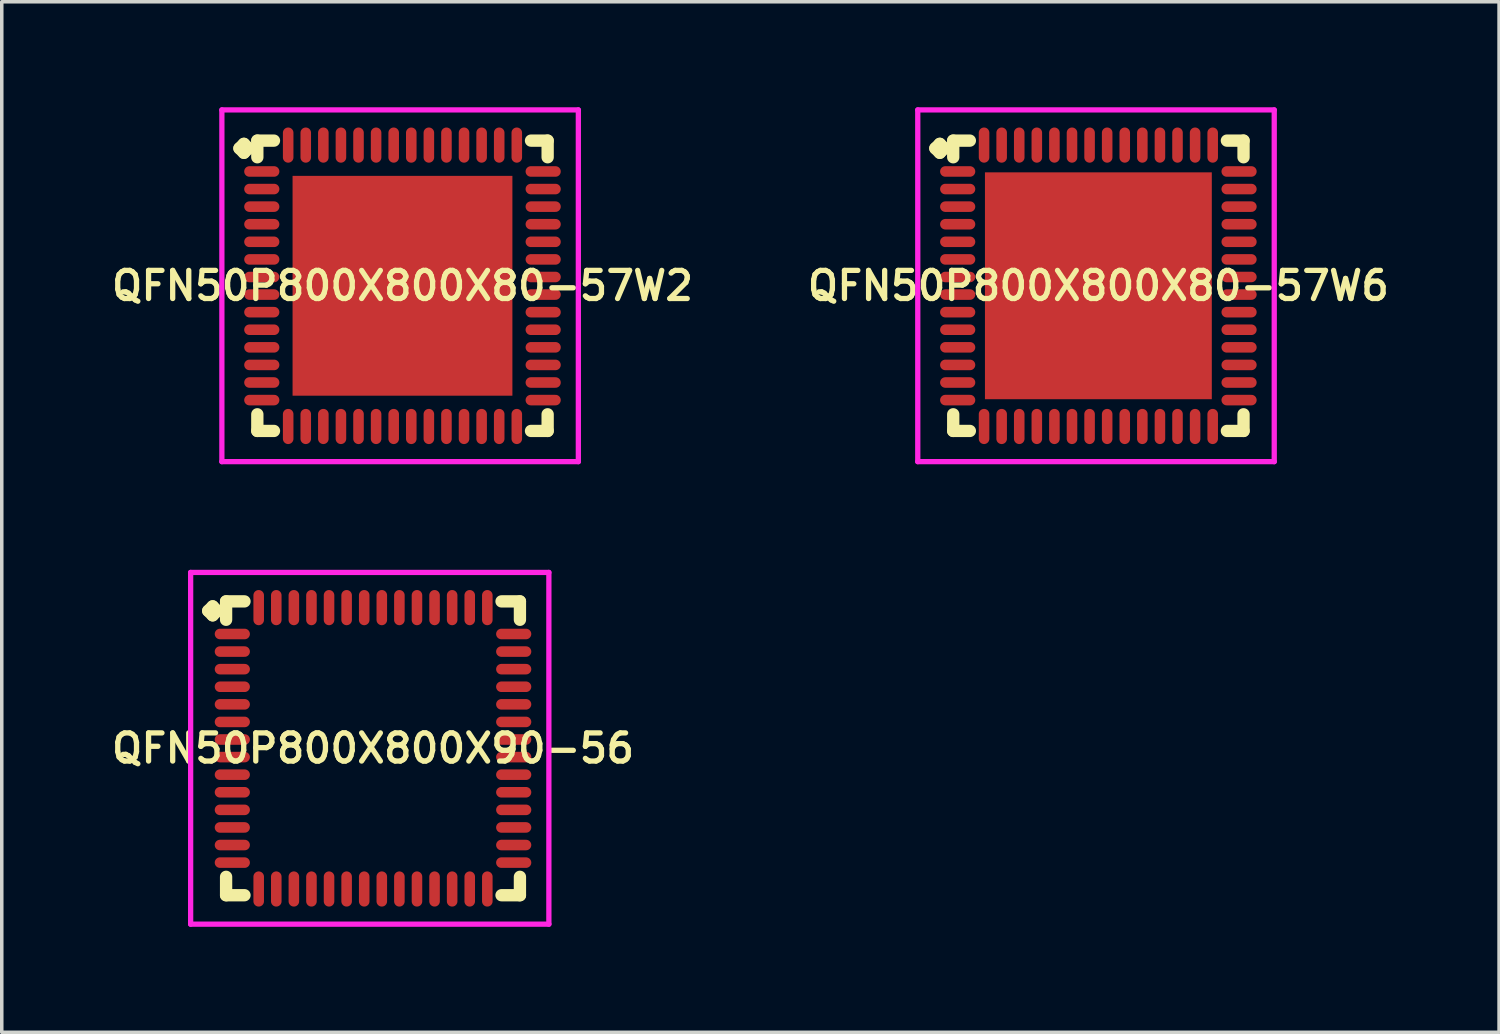
<source format=kicad_pcb>
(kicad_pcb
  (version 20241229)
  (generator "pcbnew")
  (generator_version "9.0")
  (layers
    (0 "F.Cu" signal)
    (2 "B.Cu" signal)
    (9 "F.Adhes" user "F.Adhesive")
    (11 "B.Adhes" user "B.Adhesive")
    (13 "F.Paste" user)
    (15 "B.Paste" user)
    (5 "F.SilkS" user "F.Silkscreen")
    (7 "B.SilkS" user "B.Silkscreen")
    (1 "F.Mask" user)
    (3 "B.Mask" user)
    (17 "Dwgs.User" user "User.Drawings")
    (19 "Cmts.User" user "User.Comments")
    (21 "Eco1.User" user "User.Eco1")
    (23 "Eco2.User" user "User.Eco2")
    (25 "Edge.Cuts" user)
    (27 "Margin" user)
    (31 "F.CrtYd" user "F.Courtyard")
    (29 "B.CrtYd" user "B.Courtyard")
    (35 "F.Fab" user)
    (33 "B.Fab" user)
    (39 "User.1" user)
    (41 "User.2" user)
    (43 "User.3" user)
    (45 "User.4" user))
  (footprint "QFN50P800X800X80-57W2"
    (layer "F.Cu")
    (at 8.393 5.075)
    (property "Reference" "QFN50P800X800X80-57W2" (at 0 0 0) (layer "F.SilkS") (effects (font (size 0.8 0.8) (thickness 0.15))))
    (attr smd)
    (fp_line (start -4.635 -3.908) (end -4.508 -4.035) (stroke (width 0.35) (type solid)) (layer "F.SilkS"))
    (fp_line (start -4.508 -4.035) (end -4.381 -3.908) (stroke (width 0.35) (type solid)) (layer "F.SilkS"))
    (fp_line (start -4.508 -3.781) (end -4.635 -3.908) (stroke (width 0.35) (type solid)) (layer "F.SilkS"))
    (fp_line (start -4.381 -3.908) (end -4.508 -3.781) (stroke (width 0.35) (type solid)) (layer "F.SilkS"))
    (fp_line (start -4.127 -4.127) (end -3.654 -4.127) (stroke (width 0.35) (type solid)) (layer "F.SilkS"))
    (fp_line (start -4.127 -3.654) (end -4.127 -4.127) (stroke (width 0.35) (type solid)) (layer "F.SilkS"))
    (fp_line (start -4.127 3.654) (end -4.127 4.127) (stroke (width 0.35) (type solid)) (layer "F.SilkS"))
    (fp_line (start -4.127 4.127) (end -3.654 4.127) (stroke (width 0.35) (type solid)) (layer "F.SilkS"))
    (fp_line (start 3.654 -4.127) (end 4.127 -4.127) (stroke (width 0.35) (type solid)) (layer "F.SilkS"))
    (fp_line (start 3.654 4.127) (end 4.127 4.127) (stroke (width 0.35) (type solid)) (layer "F.SilkS"))
    (fp_line (start 4.127 -4.127) (end 4.127 -3.654) (stroke (width 0.35) (type solid)) (layer "F.SilkS"))
    (fp_line (start 4.127 4.127) (end 4.127 3.654) (stroke (width 0.35) (type solid)) (layer "F.SilkS"))
    (fp_line (start -5.135 -5) (end 5 -5) (stroke (width 0.15) (type solid)) (layer "F.CrtYd"))
    (fp_line (start -5.135 5) (end -5.135 -5) (stroke (width 0.15) (type solid)) (layer "F.CrtYd"))
    (fp_line (start 5 -5) (end 5 5) (stroke (width 0.15) (type solid)) (layer "F.CrtYd"))
    (fp_line (start 5 5) (end -5.135 5) (stroke (width 0.15) (type solid)) (layer "F.CrtYd"))
    (pad "1" smd oval (at -4 -3.25) (size 1 0.3) (layers "F.Cu" "F.Mask" "F.Paste"))
    (pad "2" smd oval (at -4 -2.75) (size 1 0.3) (layers "F.Cu" "F.Mask" "F.Paste"))
    (pad "3" smd oval (at -4 -2.25) (size 1 0.3) (layers "F.Cu" "F.Mask" "F.Paste"))
    (pad "4" smd oval (at -4 -1.75) (size 1 0.3) (layers "F.Cu" "F.Mask" "F.Paste"))
    (pad "5" smd oval (at -4 -1.25) (size 1 0.3) (layers "F.Cu" "F.Mask" "F.Paste"))
    (pad "6" smd oval (at -4 -0.75) (size 1 0.3) (layers "F.Cu" "F.Mask" "F.Paste"))
    (pad "7" smd oval (at -4 -0.25) (size 1 0.3) (layers "F.Cu" "F.Mask" "F.Paste"))
    (pad "8" smd oval (at -4 0.25) (size 1 0.3) (layers "F.Cu" "F.Mask" "F.Paste"))
    (pad "9" smd oval (at -4 0.75) (size 1 0.3) (layers "F.Cu" "F.Mask" "F.Paste"))
    (pad "10" smd oval (at -4 1.25) (size 1 0.3) (layers "F.Cu" "F.Mask" "F.Paste"))
    (pad "11" smd oval (at -4 1.75) (size 1 0.3) (layers "F.Cu" "F.Mask" "F.Paste"))
    (pad "12" smd oval (at -4 2.25) (size 1 0.3) (layers "F.Cu" "F.Mask" "F.Paste"))
    (pad "13" smd oval (at -4 2.75) (size 1 0.3) (layers "F.Cu" "F.Mask" "F.Paste"))
    (pad "14" smd oval (at -4 3.25) (size 1 0.3) (layers "F.Cu" "F.Mask" "F.Paste"))
    (pad "15" smd oval (at -3.25 4) (size 0.3 1) (layers "F.Cu" "F.Mask" "F.Paste"))
    (pad "16" smd oval (at -2.75 4) (size 0.3 1) (layers "F.Cu" "F.Mask" "F.Paste"))
    (pad "17" smd oval (at -2.25 4) (size 0.3 1) (layers "F.Cu" "F.Mask" "F.Paste"))
    (pad "18" smd oval (at -1.75 4) (size 0.3 1) (layers "F.Cu" "F.Mask" "F.Paste"))
    (pad "19" smd oval (at -1.25 4) (size 0.3 1) (layers "F.Cu" "F.Mask" "F.Paste"))
    (pad "20" smd oval (at -0.75 4) (size 0.3 1) (layers "F.Cu" "F.Mask" "F.Paste"))
    (pad "21" smd oval (at -0.25 4) (size 0.3 1) (layers "F.Cu" "F.Mask" "F.Paste"))
    (pad "22" smd oval (at 0.25 4) (size 0.3 1) (layers "F.Cu" "F.Mask" "F.Paste"))
    (pad "23" smd oval (at 0.75 4) (size 0.3 1) (layers "F.Cu" "F.Mask" "F.Paste"))
    (pad "24" smd oval (at 1.25 4) (size 0.3 1) (layers "F.Cu" "F.Mask" "F.Paste"))
    (pad "25" smd oval (at 1.75 4) (size 0.3 1) (layers "F.Cu" "F.Mask" "F.Paste"))
    (pad "26" smd oval (at 2.25 4) (size 0.3 1) (layers "F.Cu" "F.Mask" "F.Paste"))
    (pad "27" smd oval (at 2.75 4) (size 0.3 1) (layers "F.Cu" "F.Mask" "F.Paste"))
    (pad "28" smd oval (at 3.25 4) (size 0.3 1) (layers "F.Cu" "F.Mask" "F.Paste"))
    (pad "29" smd oval (at 4 3.25) (size 1 0.3) (layers "F.Cu" "F.Mask" "F.Paste"))
    (pad "30" smd oval (at 4 2.75) (size 1 0.3) (layers "F.Cu" "F.Mask" "F.Paste"))
    (pad "31" smd oval (at 4 2.25) (size 1 0.3) (layers "F.Cu" "F.Mask" "F.Paste"))
    (pad "32" smd oval (at 4 1.75) (size 1 0.3) (layers "F.Cu" "F.Mask" "F.Paste"))
    (pad "33" smd oval (at 4 1.25) (size 1 0.3) (layers "F.Cu" "F.Mask" "F.Paste"))
    (pad "34" smd oval (at 4 0.75) (size 1 0.3) (layers "F.Cu" "F.Mask" "F.Paste"))
    (pad "35" smd oval (at 4 0.25) (size 1 0.3) (layers "F.Cu" "F.Mask" "F.Paste"))
    (pad "36" smd oval (at 4 -0.25) (size 1 0.3) (layers "F.Cu" "F.Mask" "F.Paste"))
    (pad "37" smd oval (at 4 -0.75) (size 1 0.3) (layers "F.Cu" "F.Mask" "F.Paste"))
    (pad "38" smd oval (at 4 -1.25) (size 1 0.3) (layers "F.Cu" "F.Mask" "F.Paste"))
    (pad "39" smd oval (at 4 -1.75) (size 1 0.3) (layers "F.Cu" "F.Mask" "F.Paste"))
    (pad "40" smd oval (at 4 -2.25) (size 1 0.3) (layers "F.Cu" "F.Mask" "F.Paste"))
    (pad "41" smd oval (at 4 -2.75) (size 1 0.3) (layers "F.Cu" "F.Mask" "F.Paste"))
    (pad "42" smd oval (at 4 -3.25) (size 1 0.3) (layers "F.Cu" "F.Mask" "F.Paste"))
    (pad "43" smd oval (at 3.25 -4) (size 0.3 1) (layers "F.Cu" "F.Mask" "F.Paste"))
    (pad "44" smd oval (at 2.75 -4) (size 0.3 1) (layers "F.Cu" "F.Mask" "F.Paste"))
    (pad "45" smd oval (at 2.25 -4) (size 0.3 1) (layers "F.Cu" "F.Mask" "F.Paste"))
    (pad "46" smd oval (at 1.75 -4) (size 0.3 1) (layers "F.Cu" "F.Mask" "F.Paste"))
    (pad "47" smd oval (at 1.25 -4) (size 0.3 1) (layers "F.Cu" "F.Mask" "F.Paste"))
    (pad "48" smd oval (at 0.75 -4) (size 0.3 1) (layers "F.Cu" "F.Mask" "F.Paste"))
    (pad "49" smd oval (at 0.25 -4) (size 0.3 1) (layers "F.Cu" "F.Mask" "F.Paste"))
    (pad "50" smd oval (at -0.25 -4) (size 0.3 1) (layers "F.Cu" "F.Mask" "F.Paste"))
    (pad "51" smd oval (at -0.75 -4) (size 0.3 1) (layers "F.Cu" "F.Mask" "F.Paste"))
    (pad "52" smd oval (at -1.25 -4) (size 0.3 1) (layers "F.Cu" "F.Mask" "F.Paste"))
    (pad "53" smd oval (at -1.75 -4) (size 0.3 1) (layers "F.Cu" "F.Mask" "F.Paste"))
    (pad "54" smd oval (at -2.25 -4) (size 0.3 1) (layers "F.Cu" "F.Mask" "F.Paste"))
    (pad "55" smd oval (at -2.75 -4) (size 0.3 1) (layers "F.Cu" "F.Mask" "F.Paste"))
    (pad "56" smd oval (at -3.25 -4) (size 0.3 1) (layers "F.Cu" "F.Mask" "F.Paste"))
    (pad "57" smd rect (at 0 0) (size 6.25 6.25) (layers "F.Cu" "F.Mask" "F.Paste")))
  (footprint "QFN50P800X800X80-57W6"
    (layer "F.Cu")
    (at 28.178 5.075)
    (property "Reference" "QFN50P800X800X80-57W6" (at 0 0 0) (layer "F.SilkS") (effects (font (size 0.8 0.8) (thickness 0.15))))
    (attr smd)
    (fp_line (start -4.635 -3.908) (end -4.508 -4.035) (stroke (width 0.35) (type solid)) (layer "F.SilkS"))
    (fp_line (start -4.508 -4.035) (end -4.381 -3.908) (stroke (width 0.35) (type solid)) (layer "F.SilkS"))
    (fp_line (start -4.508 -3.781) (end -4.635 -3.908) (stroke (width 0.35) (type solid)) (layer "F.SilkS"))
    (fp_line (start -4.381 -3.908) (end -4.508 -3.781) (stroke (width 0.35) (type solid)) (layer "F.SilkS"))
    (fp_line (start -4.127 -4.127) (end -3.654 -4.127) (stroke (width 0.35) (type solid)) (layer "F.SilkS"))
    (fp_line (start -4.127 -3.654) (end -4.127 -4.127) (stroke (width 0.35) (type solid)) (layer "F.SilkS"))
    (fp_line (start -4.127 3.654) (end -4.127 4.127) (stroke (width 0.35) (type solid)) (layer "F.SilkS"))
    (fp_line (start -4.127 4.127) (end -3.654 4.127) (stroke (width 0.35) (type solid)) (layer "F.SilkS"))
    (fp_line (start 3.654 -4.127) (end 4.127 -4.127) (stroke (width 0.35) (type solid)) (layer "F.SilkS"))
    (fp_line (start 3.654 4.127) (end 4.127 4.127) (stroke (width 0.35) (type solid)) (layer "F.SilkS"))
    (fp_line (start 4.127 -4.127) (end 4.127 -3.654) (stroke (width 0.35) (type solid)) (layer "F.SilkS"))
    (fp_line (start 4.127 4.127) (end 4.127 3.654) (stroke (width 0.35) (type solid)) (layer "F.SilkS"))
    (fp_line (start -5.135 -5) (end 5 -5) (stroke (width 0.15) (type solid)) (layer "F.CrtYd"))
    (fp_line (start -5.135 5) (end -5.135 -5) (stroke (width 0.15) (type solid)) (layer "F.CrtYd"))
    (fp_line (start 5 -5) (end 5 5) (stroke (width 0.15) (type solid)) (layer "F.CrtYd"))
    (fp_line (start 5 5) (end -5.135 5) (stroke (width 0.15) (type solid)) (layer "F.CrtYd"))
    (pad "1" smd oval (at -4 -3.25) (size 1 0.3) (layers "F.Cu" "F.Mask" "F.Paste"))
    (pad "2" smd oval (at -4 -2.75) (size 1 0.3) (layers "F.Cu" "F.Mask" "F.Paste"))
    (pad "3" smd oval (at -4 -2.25) (size 1 0.3) (layers "F.Cu" "F.Mask" "F.Paste"))
    (pad "4" smd oval (at -4 -1.75) (size 1 0.3) (layers "F.Cu" "F.Mask" "F.Paste"))
    (pad "5" smd oval (at -4 -1.25) (size 1 0.3) (layers "F.Cu" "F.Mask" "F.Paste"))
    (pad "6" smd oval (at -4 -0.75) (size 1 0.3) (layers "F.Cu" "F.Mask" "F.Paste"))
    (pad "7" smd oval (at -4 -0.25) (size 1 0.3) (layers "F.Cu" "F.Mask" "F.Paste"))
    (pad "8" smd oval (at -4 0.25) (size 1 0.3) (layers "F.Cu" "F.Mask" "F.Paste"))
    (pad "9" smd oval (at -4 0.75) (size 1 0.3) (layers "F.Cu" "F.Mask" "F.Paste"))
    (pad "10" smd oval (at -4 1.25) (size 1 0.3) (layers "F.Cu" "F.Mask" "F.Paste"))
    (pad "11" smd oval (at -4 1.75) (size 1 0.3) (layers "F.Cu" "F.Mask" "F.Paste"))
    (pad "12" smd oval (at -4 2.25) (size 1 0.3) (layers "F.Cu" "F.Mask" "F.Paste"))
    (pad "13" smd oval (at -4 2.75) (size 1 0.3) (layers "F.Cu" "F.Mask" "F.Paste"))
    (pad "14" smd oval (at -4 3.25) (size 1 0.3) (layers "F.Cu" "F.Mask" "F.Paste"))
    (pad "15" smd oval (at -3.25 4) (size 0.3 1) (layers "F.Cu" "F.Mask" "F.Paste"))
    (pad "16" smd oval (at -2.75 4) (size 0.3 1) (layers "F.Cu" "F.Mask" "F.Paste"))
    (pad "17" smd oval (at -2.25 4) (size 0.3 1) (layers "F.Cu" "F.Mask" "F.Paste"))
    (pad "18" smd oval (at -1.75 4) (size 0.3 1) (layers "F.Cu" "F.Mask" "F.Paste"))
    (pad "19" smd oval (at -1.25 4) (size 0.3 1) (layers "F.Cu" "F.Mask" "F.Paste"))
    (pad "20" smd oval (at -0.75 4) (size 0.3 1) (layers "F.Cu" "F.Mask" "F.Paste"))
    (pad "21" smd oval (at -0.25 4) (size 0.3 1) (layers "F.Cu" "F.Mask" "F.Paste"))
    (pad "22" smd oval (at 0.25 4) (size 0.3 1) (layers "F.Cu" "F.Mask" "F.Paste"))
    (pad "23" smd oval (at 0.75 4) (size 0.3 1) (layers "F.Cu" "F.Mask" "F.Paste"))
    (pad "24" smd oval (at 1.25 4) (size 0.3 1) (layers "F.Cu" "F.Mask" "F.Paste"))
    (pad "25" smd oval (at 1.75 4) (size 0.3 1) (layers "F.Cu" "F.Mask" "F.Paste"))
    (pad "26" smd oval (at 2.25 4) (size 0.3 1) (layers "F.Cu" "F.Mask" "F.Paste"))
    (pad "27" smd oval (at 2.75 4) (size 0.3 1) (layers "F.Cu" "F.Mask" "F.Paste"))
    (pad "28" smd oval (at 3.25 4) (size 0.3 1) (layers "F.Cu" "F.Mask" "F.Paste"))
    (pad "29" smd oval (at 4 3.25) (size 1 0.3) (layers "F.Cu" "F.Mask" "F.Paste"))
    (pad "30" smd oval (at 4 2.75) (size 1 0.3) (layers "F.Cu" "F.Mask" "F.Paste"))
    (pad "31" smd oval (at 4 2.25) (size 1 0.3) (layers "F.Cu" "F.Mask" "F.Paste"))
    (pad "32" smd oval (at 4 1.75) (size 1 0.3) (layers "F.Cu" "F.Mask" "F.Paste"))
    (pad "33" smd oval (at 4 1.25) (size 1 0.3) (layers "F.Cu" "F.Mask" "F.Paste"))
    (pad "34" smd oval (at 4 0.75) (size 1 0.3) (layers "F.Cu" "F.Mask" "F.Paste"))
    (pad "35" smd oval (at 4 0.25) (size 1 0.3) (layers "F.Cu" "F.Mask" "F.Paste"))
    (pad "36" smd oval (at 4 -0.25) (size 1 0.3) (layers "F.Cu" "F.Mask" "F.Paste"))
    (pad "37" smd oval (at 4 -0.75) (size 1 0.3) (layers "F.Cu" "F.Mask" "F.Paste"))
    (pad "38" smd oval (at 4 -1.25) (size 1 0.3) (layers "F.Cu" "F.Mask" "F.Paste"))
    (pad "39" smd oval (at 4 -1.75) (size 1 0.3) (layers "F.Cu" "F.Mask" "F.Paste"))
    (pad "40" smd oval (at 4 -2.25) (size 1 0.3) (layers "F.Cu" "F.Mask" "F.Paste"))
    (pad "41" smd oval (at 4 -2.75) (size 1 0.3) (layers "F.Cu" "F.Mask" "F.Paste"))
    (pad "42" smd oval (at 4 -3.25) (size 1 0.3) (layers "F.Cu" "F.Mask" "F.Paste"))
    (pad "43" smd oval (at 3.25 -4) (size 0.3 1) (layers "F.Cu" "F.Mask" "F.Paste"))
    (pad "44" smd oval (at 2.75 -4) (size 0.3 1) (layers "F.Cu" "F.Mask" "F.Paste"))
    (pad "45" smd oval (at 2.25 -4) (size 0.3 1) (layers "F.Cu" "F.Mask" "F.Paste"))
    (pad "46" smd oval (at 1.75 -4) (size 0.3 1) (layers "F.Cu" "F.Mask" "F.Paste"))
    (pad "47" smd oval (at 1.25 -4) (size 0.3 1) (layers "F.Cu" "F.Mask" "F.Paste"))
    (pad "48" smd oval (at 0.75 -4) (size 0.3 1) (layers "F.Cu" "F.Mask" "F.Paste"))
    (pad "49" smd oval (at 0.25 -4) (size 0.3 1) (layers "F.Cu" "F.Mask" "F.Paste"))
    (pad "50" smd oval (at -0.25 -4) (size 0.3 1) (layers "F.Cu" "F.Mask" "F.Paste"))
    (pad "51" smd oval (at -0.75 -4) (size 0.3 1) (layers "F.Cu" "F.Mask" "F.Paste"))
    (pad "52" smd oval (at -1.25 -4) (size 0.3 1) (layers "F.Cu" "F.Mask" "F.Paste"))
    (pad "53" smd oval (at -1.75 -4) (size 0.3 1) (layers "F.Cu" "F.Mask" "F.Paste"))
    (pad "54" smd oval (at -2.25 -4) (size 0.3 1) (layers "F.Cu" "F.Mask" "F.Paste"))
    (pad "55" smd oval (at -2.75 -4) (size 0.3 1) (layers "F.Cu" "F.Mask" "F.Paste"))
    (pad "56" smd oval (at -3.25 -4) (size 0.3 1) (layers "F.Cu" "F.Mask" "F.Paste"))
    (pad "57" smd rect (at 0 0) (size 6.45 6.45) (layers "F.Cu" "F.Mask" "F.Paste")))
  (footprint "QFN50P800X800X90-56"
    (layer "F.Cu")
    (at 7.555 18.225)
    (property "Reference" "QFN50P800X800X90-56" (at 0 0 0) (layer "F.SilkS") (effects (font (size 0.8 0.8) (thickness 0.15))))
    (attr smd)
    (fp_line (start -4.685 -3.908) (end -4.558 -4.035) (stroke (width 0.35) (type solid)) (layer "F.SilkS"))
    (fp_line (start -4.558 -4.035) (end -4.431 -3.908) (stroke (width 0.35) (type solid)) (layer "F.SilkS"))
    (fp_line (start -4.558 -3.781) (end -4.685 -3.908) (stroke (width 0.35) (type solid)) (layer "F.SilkS"))
    (fp_line (start -4.431 -3.908) (end -4.558 -3.781) (stroke (width 0.35) (type solid)) (layer "F.SilkS"))
    (fp_line (start -4.177 -4.177) (end -3.654 -4.177) (stroke (width 0.35) (type solid)) (layer "F.SilkS"))
    (fp_line (start -4.177 -3.654) (end -4.177 -4.177) (stroke (width 0.35) (type solid)) (layer "F.SilkS"))
    (fp_line (start -4.177 3.654) (end -4.177 4.177) (stroke (width 0.35) (type solid)) (layer "F.SilkS"))
    (fp_line (start -4.177 4.177) (end -3.654 4.177) (stroke (width 0.35) (type solid)) (layer "F.SilkS"))
    (fp_line (start 3.654 -4.177) (end 4.177 -4.177) (stroke (width 0.35) (type solid)) (layer "F.SilkS"))
    (fp_line (start 3.654 4.177) (end 4.177 4.177) (stroke (width 0.35) (type solid)) (layer "F.SilkS"))
    (fp_line (start 4.177 -4.177) (end 4.177 -3.654) (stroke (width 0.35) (type solid)) (layer "F.SilkS"))
    (fp_line (start 4.177 4.177) (end 4.177 3.654) (stroke (width 0.35) (type solid)) (layer "F.SilkS"))
    (fp_line (start -5.185 -5) (end 5 -5) (stroke (width 0.15) (type solid)) (layer "F.CrtYd"))
    (fp_line (start -5.185 5) (end -5.185 -5) (stroke (width 0.15) (type solid)) (layer "F.CrtYd"))
    (fp_line (start 5 -5) (end 5 5) (stroke (width 0.15) (type solid)) (layer "F.CrtYd"))
    (fp_line (start 5 5) (end -5.185 5) (stroke (width 0.15) (type solid)) (layer "F.CrtYd"))
    (pad "1" smd oval (at -4 -3.25) (size 1 0.3) (layers "F.Cu" "F.Mask" "F.Paste"))
    (pad "2" smd oval (at -4 -2.75) (size 1 0.3) (layers "F.Cu" "F.Mask" "F.Paste"))
    (pad "3" smd oval (at -4 -2.25) (size 1 0.3) (layers "F.Cu" "F.Mask" "F.Paste"))
    (pad "4" smd oval (at -4 -1.75) (size 1 0.3) (layers "F.Cu" "F.Mask" "F.Paste"))
    (pad "5" smd oval (at -4 -1.25) (size 1 0.3) (layers "F.Cu" "F.Mask" "F.Paste"))
    (pad "6" smd oval (at -4 -0.75) (size 1 0.3) (layers "F.Cu" "F.Mask" "F.Paste"))
    (pad "7" smd oval (at -4 -0.25) (size 1 0.3) (layers "F.Cu" "F.Mask" "F.Paste"))
    (pad "8" smd oval (at -4 0.25) (size 1 0.3) (layers "F.Cu" "F.Mask" "F.Paste"))
    (pad "9" smd oval (at -4 0.75) (size 1 0.3) (layers "F.Cu" "F.Mask" "F.Paste"))
    (pad "10" smd oval (at -4 1.25) (size 1 0.3) (layers "F.Cu" "F.Mask" "F.Paste"))
    (pad "11" smd oval (at -4 1.75) (size 1 0.3) (layers "F.Cu" "F.Mask" "F.Paste"))
    (pad "12" smd oval (at -4 2.25) (size 1 0.3) (layers "F.Cu" "F.Mask" "F.Paste"))
    (pad "13" smd oval (at -4 2.75) (size 1 0.3) (layers "F.Cu" "F.Mask" "F.Paste"))
    (pad "14" smd oval (at -4 3.25) (size 1 0.3) (layers "F.Cu" "F.Mask" "F.Paste"))
    (pad "15" smd oval (at -3.25 4) (size 0.3 1) (layers "F.Cu" "F.Mask" "F.Paste"))
    (pad "16" smd oval (at -2.75 4) (size 0.3 1) (layers "F.Cu" "F.Mask" "F.Paste"))
    (pad "17" smd oval (at -2.25 4) (size 0.3 1) (layers "F.Cu" "F.Mask" "F.Paste"))
    (pad "18" smd oval (at -1.75 4) (size 0.3 1) (layers "F.Cu" "F.Mask" "F.Paste"))
    (pad "19" smd oval (at -1.25 4) (size 0.3 1) (layers "F.Cu" "F.Mask" "F.Paste"))
    (pad "20" smd oval (at -0.75 4) (size 0.3 1) (layers "F.Cu" "F.Mask" "F.Paste"))
    (pad "21" smd oval (at -0.25 4) (size 0.3 1) (layers "F.Cu" "F.Mask" "F.Paste"))
    (pad "22" smd oval (at 0.25 4) (size 0.3 1) (layers "F.Cu" "F.Mask" "F.Paste"))
    (pad "23" smd oval (at 0.75 4) (size 0.3 1) (layers "F.Cu" "F.Mask" "F.Paste"))
    (pad "24" smd oval (at 1.25 4) (size 0.3 1) (layers "F.Cu" "F.Mask" "F.Paste"))
    (pad "25" smd oval (at 1.75 4) (size 0.3 1) (layers "F.Cu" "F.Mask" "F.Paste"))
    (pad "26" smd oval (at 2.25 4) (size 0.3 1) (layers "F.Cu" "F.Mask" "F.Paste"))
    (pad "27" smd oval (at 2.75 4) (size 0.3 1) (layers "F.Cu" "F.Mask" "F.Paste"))
    (pad "28" smd oval (at 3.25 4) (size 0.3 1) (layers "F.Cu" "F.Mask" "F.Paste"))
    (pad "29" smd oval (at 4 3.25) (size 1 0.3) (layers "F.Cu" "F.Mask" "F.Paste"))
    (pad "30" smd oval (at 4 2.75) (size 1 0.3) (layers "F.Cu" "F.Mask" "F.Paste"))
    (pad "31" smd oval (at 4 2.25) (size 1 0.3) (layers "F.Cu" "F.Mask" "F.Paste"))
    (pad "32" smd oval (at 4 1.75) (size 1 0.3) (layers "F.Cu" "F.Mask" "F.Paste"))
    (pad "33" smd oval (at 4 1.25) (size 1 0.3) (layers "F.Cu" "F.Mask" "F.Paste"))
    (pad "34" smd oval (at 4 0.75) (size 1 0.3) (layers "F.Cu" "F.Mask" "F.Paste"))
    (pad "35" smd oval (at 4 0.25) (size 1 0.3) (layers "F.Cu" "F.Mask" "F.Paste"))
    (pad "36" smd oval (at 4 -0.25) (size 1 0.3) (layers "F.Cu" "F.Mask" "F.Paste"))
    (pad "37" smd oval (at 4 -0.75) (size 1 0.3) (layers "F.Cu" "F.Mask" "F.Paste"))
    (pad "38" smd oval (at 4 -1.25) (size 1 0.3) (layers "F.Cu" "F.Mask" "F.Paste"))
    (pad "39" smd oval (at 4 -1.75) (size 1 0.3) (layers "F.Cu" "F.Mask" "F.Paste"))
    (pad "40" smd oval (at 4 -2.25) (size 1 0.3) (layers "F.Cu" "F.Mask" "F.Paste"))
    (pad "41" smd oval (at 4 -2.75) (size 1 0.3) (layers "F.Cu" "F.Mask" "F.Paste"))
    (pad "42" smd oval (at 4 -3.25) (size 1 0.3) (layers "F.Cu" "F.Mask" "F.Paste"))
    (pad "43" smd oval (at 3.25 -4) (size 0.3 1) (layers "F.Cu" "F.Mask" "F.Paste"))
    (pad "44" smd oval (at 2.75 -4) (size 0.3 1) (layers "F.Cu" "F.Mask" "F.Paste"))
    (pad "45" smd oval (at 2.25 -4) (size 0.3 1) (layers "F.Cu" "F.Mask" "F.Paste"))
    (pad "46" smd oval (at 1.75 -4) (size 0.3 1) (layers "F.Cu" "F.Mask" "F.Paste"))
    (pad "47" smd oval (at 1.25 -4) (size 0.3 1) (layers "F.Cu" "F.Mask" "F.Paste"))
    (pad "48" smd oval (at 0.75 -4) (size 0.3 1) (layers "F.Cu" "F.Mask" "F.Paste"))
    (pad "49" smd oval (at 0.25 -4) (size 0.3 1) (layers "F.Cu" "F.Mask" "F.Paste"))
    (pad "50" smd oval (at -0.25 -4) (size 0.3 1) (layers "F.Cu" "F.Mask" "F.Paste"))
    (pad "51" smd oval (at -0.75 -4) (size 0.3 1) (layers "F.Cu" "F.Mask" "F.Paste"))
    (pad "52" smd oval (at -1.25 -4) (size 0.3 1) (layers "F.Cu" "F.Mask" "F.Paste"))
    (pad "53" smd oval (at -1.75 -4) (size 0.3 1) (layers "F.Cu" "F.Mask" "F.Paste"))
    (pad "54" smd oval (at -2.25 -4) (size 0.3 1) (layers "F.Cu" "F.Mask" "F.Paste"))
    (pad "55" smd oval (at -2.75 -4) (size 0.3 1) (layers "F.Cu" "F.Mask" "F.Paste"))
    (pad "56" smd oval (at -3.25 -4) (size 0.3 1) (layers "F.Cu" "F.Mask" "F.Paste")))
  (gr_rect
    (start -3 -3)
    (end 39.57 26.3)
    (stroke (width 0.1) (type default))
    (fill no)
    (layer "Edge.Cuts")))
</source>
